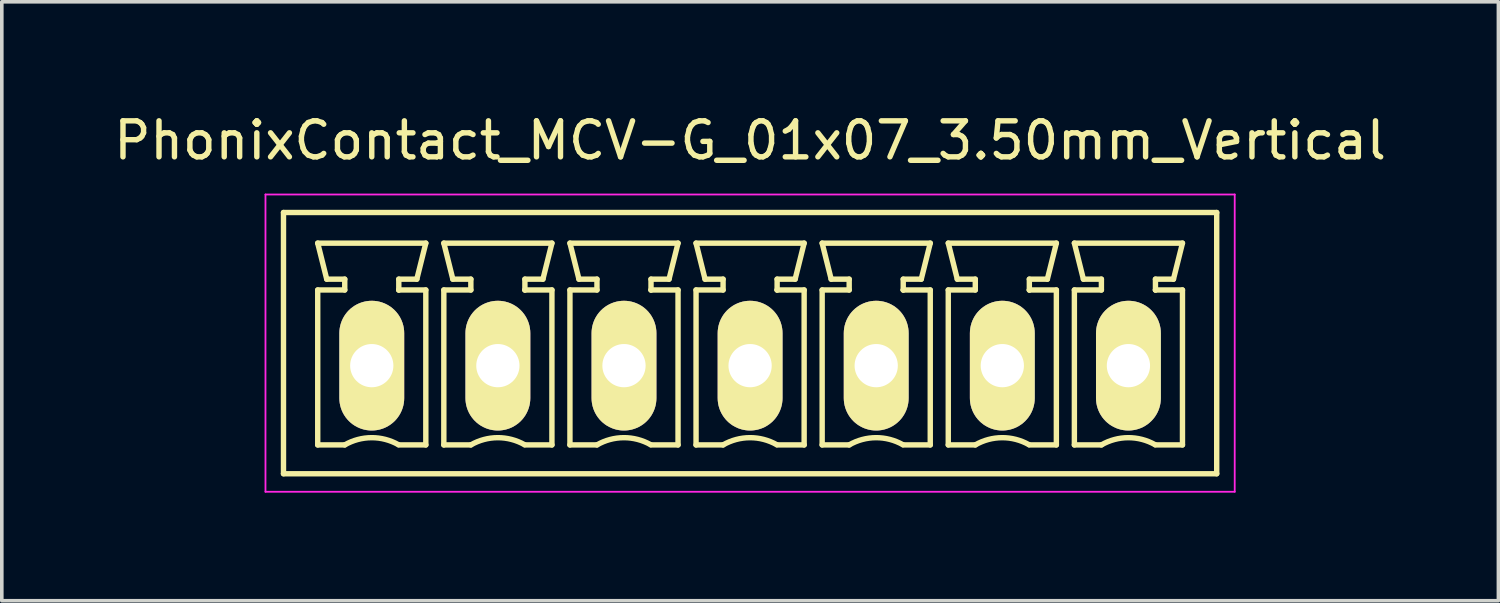
<source format=kicad_pcb>
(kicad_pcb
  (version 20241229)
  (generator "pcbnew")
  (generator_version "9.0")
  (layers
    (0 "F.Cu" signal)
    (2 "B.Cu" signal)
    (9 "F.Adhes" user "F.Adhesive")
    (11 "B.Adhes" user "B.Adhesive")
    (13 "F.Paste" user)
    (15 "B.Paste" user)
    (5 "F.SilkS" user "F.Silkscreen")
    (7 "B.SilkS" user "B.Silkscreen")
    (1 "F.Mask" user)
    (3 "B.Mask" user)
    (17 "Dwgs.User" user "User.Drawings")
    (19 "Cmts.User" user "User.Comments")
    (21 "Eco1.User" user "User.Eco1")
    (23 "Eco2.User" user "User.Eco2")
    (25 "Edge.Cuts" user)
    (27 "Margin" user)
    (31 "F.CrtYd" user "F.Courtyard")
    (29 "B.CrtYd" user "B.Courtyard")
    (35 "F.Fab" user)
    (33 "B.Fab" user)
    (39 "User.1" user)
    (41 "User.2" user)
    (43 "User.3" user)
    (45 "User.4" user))
  (footprint "PhonixContact_MCV-G_01x07_3.50mm_Vertical"
    (layer "F.Cu")
    (at 7.268 7.098)
    (property "Reference" "PhonixContact_MCV-G_01x07_3.50mm_Vertical" (at 10.5 -6.25 0) (layer "F.SilkS") (effects (font (size 1 1) (thickness 0.15))))
    (attr through_hole)
    (fp_line (start -2.45 -4.25) (end -2.45 3) (stroke (width 0.15) (type solid)) (layer "F.SilkS"))
    (fp_line (start -2.45 3) (end 23.45 3) (stroke (width 0.15) (type solid)) (layer "F.SilkS"))
    (fp_line (start -1.5 -3.4) (end 1.5 -3.4) (stroke (width 0.15) (type solid)) (layer "F.SilkS"))
    (fp_line (start -1.5 -2.1) (end -0.75 -2.1) (stroke (width 0.15) (type solid)) (layer "F.SilkS"))
    (fp_line (start -1.5 2.2) (end -1.5 -2.1) (stroke (width 0.15) (type solid)) (layer "F.SilkS"))
    (fp_line (start -1.25 -2.4) (end -1.5 -3.4) (stroke (width 0.15) (type solid)) (layer "F.SilkS"))
    (fp_line (start -0.75 -2.4) (end -1.25 -2.4) (stroke (width 0.15) (type solid)) (layer "F.SilkS"))
    (fp_line (start -0.75 -2.1) (end -0.75 -2.4) (stroke (width 0.15) (type solid)) (layer "F.SilkS"))
    (fp_line (start -0.75 2.2) (end -1.5 2.2) (stroke (width 0.15) (type solid)) (layer "F.SilkS"))
    (fp_line (start 0.75 -2.4) (end 0.75 -2.1) (stroke (width 0.15) (type solid)) (layer "F.SilkS"))
    (fp_line (start 0.75 -2.1) (end 0.75 -2.1) (stroke (width 0.15) (type solid)) (layer "F.SilkS"))
    (fp_line (start 0.75 -2.1) (end 1.5 -2.1) (stroke (width 0.15) (type solid)) (layer "F.SilkS"))
    (fp_line (start 1.25 -2.4) (end 0.75 -2.4) (stroke (width 0.15) (type solid)) (layer "F.SilkS"))
    (fp_line (start 1.5 -3.4) (end 1.25 -2.4) (stroke (width 0.15) (type solid)) (layer "F.SilkS"))
    (fp_line (start 1.5 -2.1) (end 1.5 2.2) (stroke (width 0.15) (type solid)) (layer "F.SilkS"))
    (fp_line (start 1.5 2.2) (end 0.75 2.2) (stroke (width 0.15) (type solid)) (layer "F.SilkS"))
    (fp_line (start 2 -3.4) (end 5 -3.4) (stroke (width 0.15) (type solid)) (layer "F.SilkS"))
    (fp_line (start 2 -2.1) (end 2.75 -2.1) (stroke (width 0.15) (type solid)) (layer "F.SilkS"))
    (fp_line (start 2 2.2) (end 2 -2.1) (stroke (width 0.15) (type solid)) (layer "F.SilkS"))
    (fp_line (start 2.25 -2.4) (end 2 -3.4) (stroke (width 0.15) (type solid)) (layer "F.SilkS"))
    (fp_line (start 2.75 -2.4) (end 2.25 -2.4) (stroke (width 0.15) (type solid)) (layer "F.SilkS"))
    (fp_line (start 2.75 -2.1) (end 2.75 -2.4) (stroke (width 0.15) (type solid)) (layer "F.SilkS"))
    (fp_line (start 2.75 2.2) (end 2 2.2) (stroke (width 0.15) (type solid)) (layer "F.SilkS"))
    (fp_line (start 4.25 -2.4) (end 4.25 -2.1) (stroke (width 0.15) (type solid)) (layer "F.SilkS"))
    (fp_line (start 4.25 -2.1) (end 4.25 -2.1) (stroke (width 0.15) (type solid)) (layer "F.SilkS"))
    (fp_line (start 4.25 -2.1) (end 5 -2.1) (stroke (width 0.15) (type solid)) (layer "F.SilkS"))
    (fp_line (start 4.75 -2.4) (end 4.25 -2.4) (stroke (width 0.15) (type solid)) (layer "F.SilkS"))
    (fp_line (start 5 -3.4) (end 4.75 -2.4) (stroke (width 0.15) (type solid)) (layer "F.SilkS"))
    (fp_line (start 5 -2.1) (end 5 2.2) (stroke (width 0.15) (type solid)) (layer "F.SilkS"))
    (fp_line (start 5 2.2) (end 4.25 2.2) (stroke (width 0.15) (type solid)) (layer "F.SilkS"))
    (fp_line (start 5.5 -3.4) (end 8.5 -3.4) (stroke (width 0.15) (type solid)) (layer "F.SilkS"))
    (fp_line (start 5.5 -2.1) (end 6.25 -2.1) (stroke (width 0.15) (type solid)) (layer "F.SilkS"))
    (fp_line (start 5.5 2.2) (end 5.5 -2.1) (stroke (width 0.15) (type solid)) (layer "F.SilkS"))
    (fp_line (start 5.75 -2.4) (end 5.5 -3.4) (stroke (width 0.15) (type solid)) (layer "F.SilkS"))
    (fp_line (start 6.25 -2.4) (end 5.75 -2.4) (stroke (width 0.15) (type solid)) (layer "F.SilkS"))
    (fp_line (start 6.25 -2.1) (end 6.25 -2.4) (stroke (width 0.15) (type solid)) (layer "F.SilkS"))
    (fp_line (start 6.25 2.2) (end 5.5 2.2) (stroke (width 0.15) (type solid)) (layer "F.SilkS"))
    (fp_line (start 7.75 -2.4) (end 7.75 -2.1) (stroke (width 0.15) (type solid)) (layer "F.SilkS"))
    (fp_line (start 7.75 -2.1) (end 7.75 -2.1) (stroke (width 0.15) (type solid)) (layer "F.SilkS"))
    (fp_line (start 7.75 -2.1) (end 8.5 -2.1) (stroke (width 0.15) (type solid)) (layer "F.SilkS"))
    (fp_line (start 8.25 -2.4) (end 7.75 -2.4) (stroke (width 0.15) (type solid)) (layer "F.SilkS"))
    (fp_line (start 8.5 -3.4) (end 8.25 -2.4) (stroke (width 0.15) (type solid)) (layer "F.SilkS"))
    (fp_line (start 8.5 -2.1) (end 8.5 2.2) (stroke (width 0.15) (type solid)) (layer "F.SilkS"))
    (fp_line (start 8.5 2.2) (end 7.75 2.2) (stroke (width 0.15) (type solid)) (layer "F.SilkS"))
    (fp_line (start 9 -3.4) (end 12 -3.4) (stroke (width 0.15) (type solid)) (layer "F.SilkS"))
    (fp_line (start 9 -2.1) (end 9.75 -2.1) (stroke (width 0.15) (type solid)) (layer "F.SilkS"))
    (fp_line (start 9 2.2) (end 9 -2.1) (stroke (width 0.15) (type solid)) (layer "F.SilkS"))
    (fp_line (start 9.25 -2.4) (end 9 -3.4) (stroke (width 0.15) (type solid)) (layer "F.SilkS"))
    (fp_line (start 9.75 -2.4) (end 9.25 -2.4) (stroke (width 0.15) (type solid)) (layer "F.SilkS"))
    (fp_line (start 9.75 -2.1) (end 9.75 -2.4) (stroke (width 0.15) (type solid)) (layer "F.SilkS"))
    (fp_line (start 9.75 2.2) (end 9 2.2) (stroke (width 0.15) (type solid)) (layer "F.SilkS"))
    (fp_line (start 11.25 -2.4) (end 11.25 -2.1) (stroke (width 0.15) (type solid)) (layer "F.SilkS"))
    (fp_line (start 11.25 -2.1) (end 11.25 -2.1) (stroke (width 0.15) (type solid)) (layer "F.SilkS"))
    (fp_line (start 11.25 -2.1) (end 12 -2.1) (stroke (width 0.15) (type solid)) (layer "F.SilkS"))
    (fp_line (start 11.75 -2.4) (end 11.25 -2.4) (stroke (width 0.15) (type solid)) (layer "F.SilkS"))
    (fp_line (start 12 -3.4) (end 11.75 -2.4) (stroke (width 0.15) (type solid)) (layer "F.SilkS"))
    (fp_line (start 12 -2.1) (end 12 2.2) (stroke (width 0.15) (type solid)) (layer "F.SilkS"))
    (fp_line (start 12 2.2) (end 11.25 2.2) (stroke (width 0.15) (type solid)) (layer "F.SilkS"))
    (fp_line (start 12.5 -3.4) (end 15.5 -3.4) (stroke (width 0.15) (type solid)) (layer "F.SilkS"))
    (fp_line (start 12.5 -2.1) (end 13.25 -2.1) (stroke (width 0.15) (type solid)) (layer "F.SilkS"))
    (fp_line (start 12.5 2.2) (end 12.5 -2.1) (stroke (width 0.15) (type solid)) (layer "F.SilkS"))
    (fp_line (start 12.75 -2.4) (end 12.5 -3.4) (stroke (width 0.15) (type solid)) (layer "F.SilkS"))
    (fp_line (start 13.25 -2.4) (end 12.75 -2.4) (stroke (width 0.15) (type solid)) (layer "F.SilkS"))
    (fp_line (start 13.25 -2.1) (end 13.25 -2.4) (stroke (width 0.15) (type solid)) (layer "F.SilkS"))
    (fp_line (start 13.25 2.2) (end 12.5 2.2) (stroke (width 0.15) (type solid)) (layer "F.SilkS"))
    (fp_line (start 14.75 -2.4) (end 14.75 -2.1) (stroke (width 0.15) (type solid)) (layer "F.SilkS"))
    (fp_line (start 14.75 -2.1) (end 14.75 -2.1) (stroke (width 0.15) (type solid)) (layer "F.SilkS"))
    (fp_line (start 14.75 -2.1) (end 15.5 -2.1) (stroke (width 0.15) (type solid)) (layer "F.SilkS"))
    (fp_line (start 15.25 -2.4) (end 14.75 -2.4) (stroke (width 0.15) (type solid)) (layer "F.SilkS"))
    (fp_line (start 15.5 -3.4) (end 15.25 -2.4) (stroke (width 0.15) (type solid)) (layer "F.SilkS"))
    (fp_line (start 15.5 -2.1) (end 15.5 2.2) (stroke (width 0.15) (type solid)) (layer "F.SilkS"))
    (fp_line (start 15.5 2.2) (end 14.75 2.2) (stroke (width 0.15) (type solid)) (layer "F.SilkS"))
    (fp_line (start 16 -3.4) (end 19 -3.4) (stroke (width 0.15) (type solid)) (layer "F.SilkS"))
    (fp_line (start 16 -2.1) (end 16.75 -2.1) (stroke (width 0.15) (type solid)) (layer "F.SilkS"))
    (fp_line (start 16 2.2) (end 16 -2.1) (stroke (width 0.15) (type solid)) (layer "F.SilkS"))
    (fp_line (start 16.25 -2.4) (end 16 -3.4) (stroke (width 0.15) (type solid)) (layer "F.SilkS"))
    (fp_line (start 16.75 -2.4) (end 16.25 -2.4) (stroke (width 0.15) (type solid)) (layer "F.SilkS"))
    (fp_line (start 16.75 -2.1) (end 16.75 -2.4) (stroke (width 0.15) (type solid)) (layer "F.SilkS"))
    (fp_line (start 16.75 2.2) (end 16 2.2) (stroke (width 0.15) (type solid)) (layer "F.SilkS"))
    (fp_line (start 18.25 -2.4) (end 18.25 -2.1) (stroke (width 0.15) (type solid)) (layer "F.SilkS"))
    (fp_line (start 18.25 -2.1) (end 18.25 -2.1) (stroke (width 0.15) (type solid)) (layer "F.SilkS"))
    (fp_line (start 18.25 -2.1) (end 19 -2.1) (stroke (width 0.15) (type solid)) (layer "F.SilkS"))
    (fp_line (start 18.75 -2.4) (end 18.25 -2.4) (stroke (width 0.15) (type solid)) (layer "F.SilkS"))
    (fp_line (start 19 -3.4) (end 18.75 -2.4) (stroke (width 0.15) (type solid)) (layer "F.SilkS"))
    (fp_line (start 19 -2.1) (end 19 2.2) (stroke (width 0.15) (type solid)) (layer "F.SilkS"))
    (fp_line (start 19 2.2) (end 18.25 2.2) (stroke (width 0.15) (type solid)) (layer "F.SilkS"))
    (fp_line (start 19.5 -3.4) (end 22.5 -3.4) (stroke (width 0.15) (type solid)) (layer "F.SilkS"))
    (fp_line (start 19.5 -2.1) (end 20.25 -2.1) (stroke (width 0.15) (type solid)) (layer "F.SilkS"))
    (fp_line (start 19.5 2.2) (end 19.5 -2.1) (stroke (width 0.15) (type solid)) (layer "F.SilkS"))
    (fp_line (start 19.75 -2.4) (end 19.5 -3.4) (stroke (width 0.15) (type solid)) (layer "F.SilkS"))
    (fp_line (start 20.25 -2.4) (end 19.75 -2.4) (stroke (width 0.15) (type solid)) (layer "F.SilkS"))
    (fp_line (start 20.25 -2.1) (end 20.25 -2.4) (stroke (width 0.15) (type solid)) (layer "F.SilkS"))
    (fp_line (start 20.25 2.2) (end 19.5 2.2) (stroke (width 0.15) (type solid)) (layer "F.SilkS"))
    (fp_line (start 21.75 -2.4) (end 21.75 -2.1) (stroke (width 0.15) (type solid)) (layer "F.SilkS"))
    (fp_line (start 21.75 -2.1) (end 21.75 -2.1) (stroke (width 0.15) (type solid)) (layer "F.SilkS"))
    (fp_line (start 21.75 -2.1) (end 22.5 -2.1) (stroke (width 0.15) (type solid)) (layer "F.SilkS"))
    (fp_line (start 22.25 -2.4) (end 21.75 -2.4) (stroke (width 0.15) (type solid)) (layer "F.SilkS"))
    (fp_line (start 22.5 -3.4) (end 22.25 -2.4) (stroke (width 0.15) (type solid)) (layer "F.SilkS"))
    (fp_line (start 22.5 -2.1) (end 22.5 2.2) (stroke (width 0.15) (type solid)) (layer "F.SilkS"))
    (fp_line (start 22.5 2.2) (end 21.75 2.2) (stroke (width 0.15) (type solid)) (layer "F.SilkS"))
    (fp_line (start 23.45 -4.25) (end -2.45 -4.25) (stroke (width 0.15) (type solid)) (layer "F.SilkS"))
    (fp_line (start 23.45 3) (end 23.45 -4.25) (stroke (width 0.15) (type solid)) (layer "F.SilkS"))
    (fp_arc (start -0.75 2.2) (mid -0.006068 1.999179) (end 0.739464 2.193978) (stroke (width 0.15) (type solid)) (layer "F.SilkS"))
    (fp_arc (start 2.75 2.2) (mid 3.493932 1.999179) (end 4.239464 2.193978) (stroke (width 0.15) (type solid)) (layer "F.SilkS"))
    (fp_arc (start 6.25 2.2) (mid 6.993932 1.999179) (end 7.739464 2.193978) (stroke (width 0.15) (type solid)) (layer "F.SilkS"))
    (fp_arc (start 9.75 2.2) (mid 10.493932 1.999179) (end 11.239464 2.193978) (stroke (width 0.15) (type solid)) (layer "F.SilkS"))
    (fp_arc (start 13.25 2.2) (mid 13.993932 1.999179) (end 14.739464 2.193978) (stroke (width 0.15) (type solid)) (layer "F.SilkS"))
    (fp_arc (start 16.75 2.2) (mid 17.493932 1.999179) (end 18.239464 2.193978) (stroke (width 0.15) (type solid)) (layer "F.SilkS"))
    (fp_arc (start 20.25 2.2) (mid 20.993932 1.999179) (end 21.739464 2.193978) (stroke (width 0.15) (type solid)) (layer "F.SilkS"))
    (fp_line (start -2.95 -4.75) (end -2.95 3.5) (stroke (width 0.05) (type solid)) (layer "F.CrtYd"))
    (fp_line (start -2.95 3.5) (end 23.95 3.5) (stroke (width 0.05) (type solid)) (layer "F.CrtYd"))
    (fp_line (start 23.95 -4.75) (end -2.95 -4.75) (stroke (width 0.05) (type solid)) (layer "F.CrtYd"))
    (fp_line (start 23.95 3.5) (end 23.95 -4.75) (stroke (width 0.05) (type solid)) (layer "F.CrtYd"))
    (pad "1" thru_hole oval (at 0 0) (size 1.8 3.6) (drill 1.2) (layers "*.Cu" "*.Mask" "F.SilkS"))
    (pad "2" thru_hole oval (at 3.5 0) (size 1.8 3.6) (drill 1.2) (layers "*.Cu" "*.Mask" "F.SilkS"))
    (pad "3" thru_hole oval (at 7 0) (size 1.8 3.6) (drill 1.2) (layers "*.Cu" "*.Mask" "F.SilkS"))
    (pad "4" thru_hole oval (at 10.5 0) (size 1.8 3.6) (drill 1.2) (layers "*.Cu" "*.Mask" "F.SilkS"))
    (pad "5" thru_hole oval (at 14 0) (size 1.8 3.6) (drill 1.2) (layers "*.Cu" "*.Mask" "F.SilkS"))
    (pad "6" thru_hole oval (at 17.5 0) (size 1.8 3.6) (drill 1.2) (layers "*.Cu" "*.Mask" "F.SilkS"))
    (pad "7" thru_hole oval (at 21 0) (size 1.8 3.6) (drill 1.2) (layers "*.Cu" "*.Mask" "F.SilkS")))
  (gr_rect
    (start -3 -3)
    (end 38.536 13.623)
    (stroke (width 0.1) (type default))
    (fill no)
    (layer "Edge.Cuts")))
</source>
